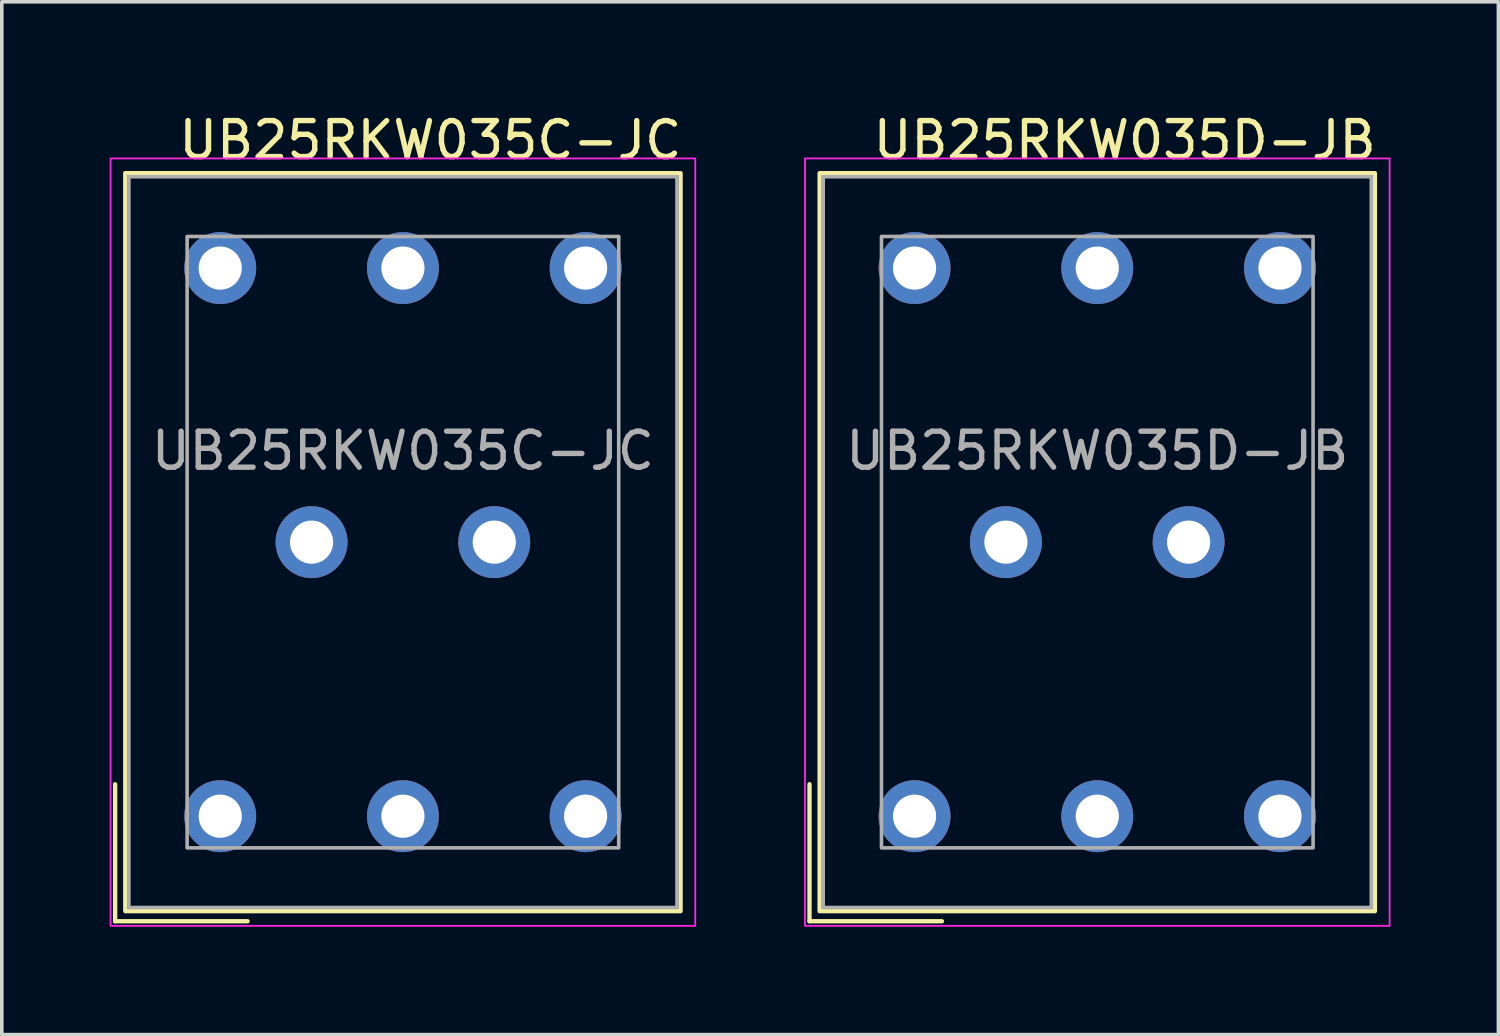
<source format=kicad_pcb>
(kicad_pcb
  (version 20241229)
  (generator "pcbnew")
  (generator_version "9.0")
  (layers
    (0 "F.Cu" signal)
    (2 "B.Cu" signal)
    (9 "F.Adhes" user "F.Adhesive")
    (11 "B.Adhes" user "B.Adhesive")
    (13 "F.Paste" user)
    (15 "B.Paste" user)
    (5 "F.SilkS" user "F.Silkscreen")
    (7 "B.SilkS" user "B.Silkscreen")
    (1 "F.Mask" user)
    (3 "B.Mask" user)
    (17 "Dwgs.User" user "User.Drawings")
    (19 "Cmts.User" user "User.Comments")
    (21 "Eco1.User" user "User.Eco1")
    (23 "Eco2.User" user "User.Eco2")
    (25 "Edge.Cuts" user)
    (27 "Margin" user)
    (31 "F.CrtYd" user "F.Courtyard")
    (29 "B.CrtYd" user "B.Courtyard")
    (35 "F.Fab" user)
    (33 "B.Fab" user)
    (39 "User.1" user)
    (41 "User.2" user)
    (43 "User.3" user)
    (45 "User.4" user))
  (footprint "UB25RKW035C-JC"
    (layer "F.Cu")
    (at 3.073 19.644)
    (property "Reference" "UB25RKW035C-JC" (at 5.842 -18.796 0) (unlocked yes) (layer "F.SilkS") (effects (font (size 1 1) (thickness 0.15))))
    (attr through_hole)
    (fp_line (start -2.921 -0.889) (end -2.921 2.921) (stroke (width 0.12) (type default)) (layer "F.SilkS"))
    (fp_line (start -2.921 2.921) (end 0.762 2.921) (stroke (width 0.12) (type default)) (layer "F.SilkS"))
    (fp_rect (start -2.64 -17.88) (end 12.8 2.64) (stroke (width 0.12) (type default)) (fill no) (layer "F.SilkS"))
    (fp_rect (start -3.048 -18.288) (end 13.208 3.048) (stroke (width 0.05) (type default)) (fill no) (layer "F.CrtYd"))
    (fp_rect (start -2.54 -17.78) (end 12.7 2.54) (stroke (width 0.1) (type default)) (fill no) (layer "F.Fab"))
    (fp_rect (start -0.92 -16.12) (end 11.08 0.88) (stroke (width 0.1) (type default)) (fill no) (layer "F.Fab"))
    (fp_text user "${REFERENCE}" (at 5.08 -10.16 0) (unlocked yes) (layer "F.Fab") (effects (font (size 1 1) (thickness 0.15))))
    (pad "1" thru_hole circle (at 0 0) (size 2 2) (drill 1.2) (layers "*.Cu" "*.Mask"))
    (pad "2" thru_hole circle (at 5.08 0) (size 2 2) (drill 1.2) (layers "*.Cu" "*.Mask"))
    (pad "3" thru_hole circle (at 10.16 0) (size 2 2) (drill 1.2) (layers "*.Cu" "*.Mask"))
    (pad "4" thru_hole circle (at 0 -15.24) (size 2 2) (drill 1.2) (layers "*.Cu" "*.Mask"))
    (pad "5" thru_hole circle (at 5.08 -15.24) (size 2 2) (drill 1.2) (layers "*.Cu" "*.Mask"))
    (pad "6" thru_hole circle (at 10.16 -15.24) (size 2 2) (drill 1.2) (layers "*.Cu" "*.Mask"))
    (pad "L+" thru_hole circle (at 7.62 -7.62) (size 2 2) (drill 1.2) (layers "*.Cu" "*.Mask"))
    (pad "L-" thru_hole circle (at 2.54 -7.62) (size 2 2) (drill 1.2) (layers "*.Cu" "*.Mask")))
  (footprint "UB25RKW035D-JB"
    (layer "F.Cu")
    (at 22.379 19.644)
    (property "Reference" "UB25RKW035D-JB" (at 5.842 -18.796 0) (unlocked yes) (layer "F.SilkS") (effects (font (size 1 1) (thickness 0.15))))
    (attr through_hole)
    (fp_line (start -2.921 -0.889) (end -2.921 2.921) (stroke (width 0.12) (type default)) (layer "F.SilkS"))
    (fp_line (start -2.921 2.921) (end 0.762 2.921) (stroke (width 0.12) (type default)) (layer "F.SilkS"))
    (fp_rect (start -2.64 -17.88) (end 12.8 2.64) (stroke (width 0.12) (type default)) (fill no) (layer "F.SilkS"))
    (fp_rect (start -3.048 -18.288) (end 13.208 3.048) (stroke (width 0.05) (type default)) (fill no) (layer "F.CrtYd"))
    (fp_rect (start -2.54 -17.78) (end 12.7 2.54) (stroke (width 0.1) (type default)) (fill no) (layer "F.Fab"))
    (fp_rect (start -0.92 -16.12) (end 11.08 0.88) (stroke (width 0.1) (type default)) (fill no) (layer "F.Fab"))
    (fp_text user "${REFERENCE}" (at 5.08 -10.16 0) (unlocked yes) (layer "F.Fab") (effects (font (size 1 1) (thickness 0.15))))
    (pad "1" thru_hole circle (at 0 0) (size 2 2) (drill 1.2) (layers "*.Cu" "*.Mask"))
    (pad "2" thru_hole circle (at 5.08 0) (size 2 2) (drill 1.2) (layers "*.Cu" "*.Mask"))
    (pad "3" thru_hole circle (at 10.16 0) (size 2 2) (drill 1.2) (layers "*.Cu" "*.Mask"))
    (pad "4" thru_hole circle (at 0 -15.24) (size 2 2) (drill 1.2) (layers "*.Cu" "*.Mask"))
    (pad "5" thru_hole circle (at 5.08 -15.24) (size 2 2) (drill 1.2) (layers "*.Cu" "*.Mask"))
    (pad "6" thru_hole circle (at 10.16 -15.24) (size 2 2) (drill 1.2) (layers "*.Cu" "*.Mask"))
    (pad "L+" thru_hole circle (at 7.62 -7.62) (size 2 2) (drill 1.2) (layers "*.Cu" "*.Mask"))
    (pad "L-" thru_hole circle (at 2.54 -7.62) (size 2 2) (drill 1.2) (layers "*.Cu" "*.Mask")))
  (gr_rect
    (start -3 -3)
    (end 38.612 25.717)
    (stroke (width 0.1) (type default))
    (fill no)
    (layer "Edge.Cuts")))
</source>
